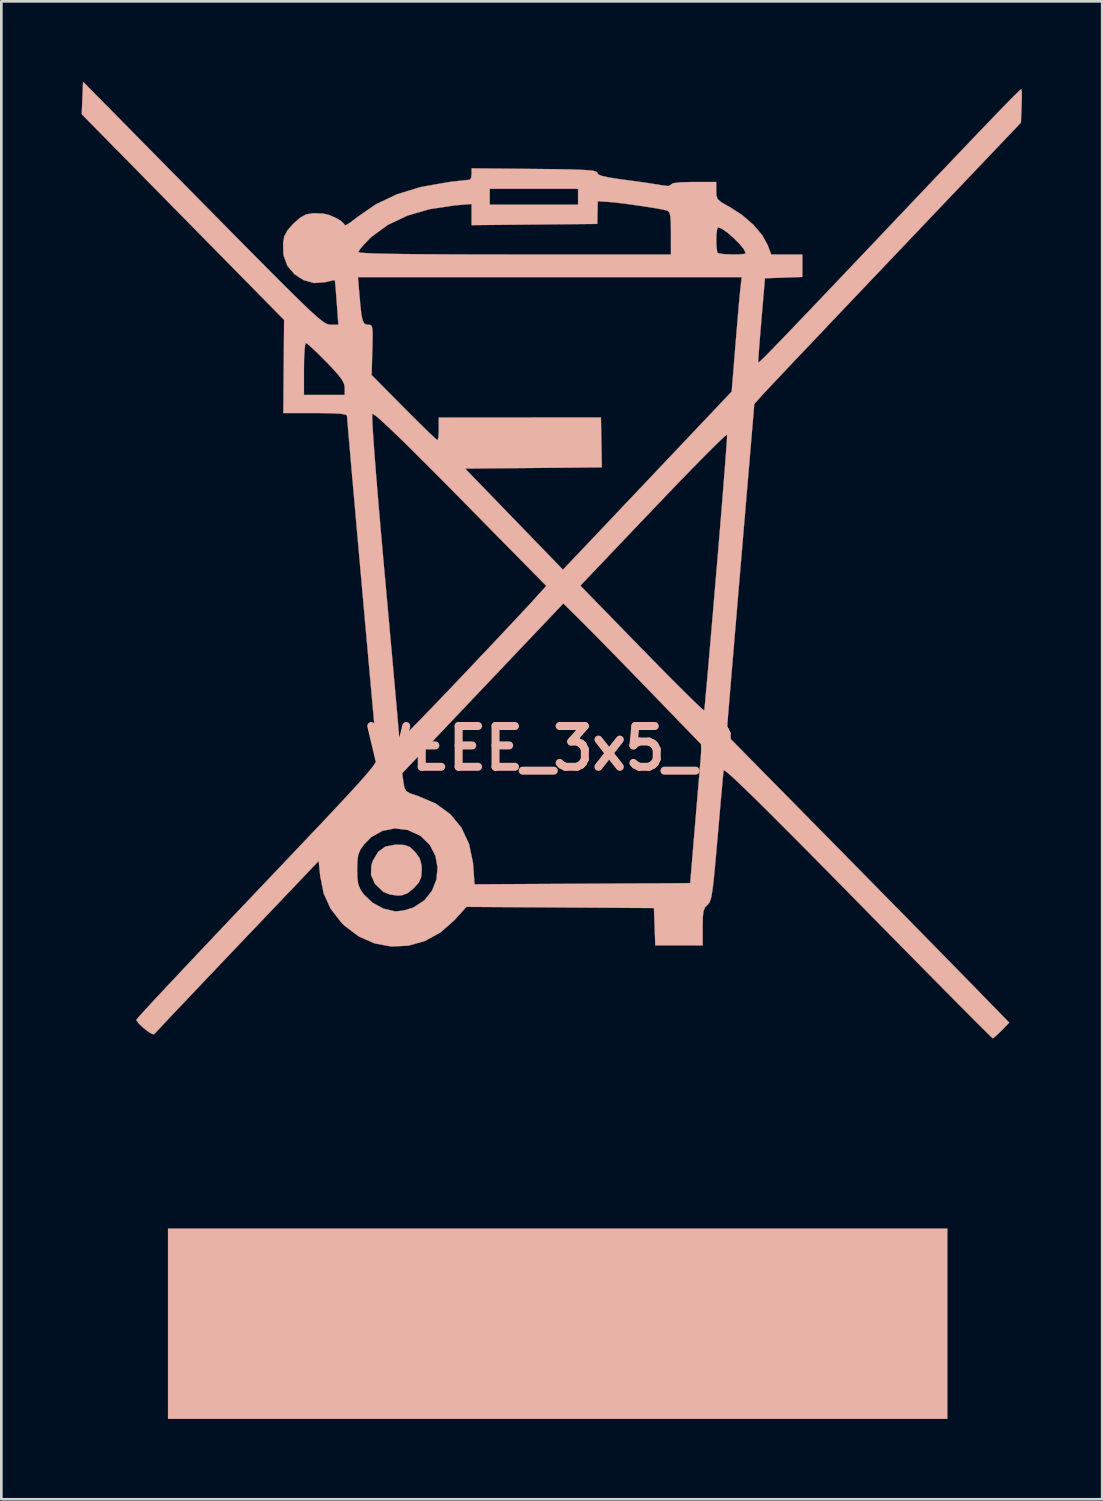
<source format=kicad_pcb>
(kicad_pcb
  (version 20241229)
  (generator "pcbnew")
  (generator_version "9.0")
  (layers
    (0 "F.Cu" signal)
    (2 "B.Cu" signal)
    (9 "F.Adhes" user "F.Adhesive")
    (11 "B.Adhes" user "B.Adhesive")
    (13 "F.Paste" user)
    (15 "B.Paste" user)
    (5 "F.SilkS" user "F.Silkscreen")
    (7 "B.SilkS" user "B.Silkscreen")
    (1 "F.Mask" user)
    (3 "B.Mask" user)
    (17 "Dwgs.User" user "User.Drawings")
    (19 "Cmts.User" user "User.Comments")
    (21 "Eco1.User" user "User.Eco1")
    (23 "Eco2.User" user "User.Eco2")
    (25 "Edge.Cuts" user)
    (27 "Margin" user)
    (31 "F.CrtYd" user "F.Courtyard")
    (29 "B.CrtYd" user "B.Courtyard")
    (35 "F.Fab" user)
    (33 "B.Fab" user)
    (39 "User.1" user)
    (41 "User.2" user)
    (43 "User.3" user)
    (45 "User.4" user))
  (footprint "WEEE_3x5_B"
    (layer "F.Cu")
    (at 17.539 24.919)
    (property "Reference" "WEEE_3x5_B" (at 0 0 0) (layer "B.SilkS") (effects (font (size 1.524 1.524) (thickness 0.3))))
    (attr through_hole)
    (fp_poly (pts (xy 14.817 25.061) (xy -14.309 25.061) (xy -14.309 17.949) (xy 14.817 17.949) (xy 14.817 25.061)) (stroke (width 0.01) (type solid)) (fill yes) (layer "B.SilkS"))
    (fp_poly (pts (xy -5.466 3.614) (xy -5.282 3.681) (xy -5.111 3.833) (xy -5.073 3.875) (xy -4.903 4.112) (xy -4.834 4.365) (xy -4.826 4.539) (xy -4.847 4.811) (xy -4.936 5.013) (xy -5.114 5.215) (xy -5.343 5.408) (xy -5.561 5.491) (xy -5.73 5.503) (xy -6.006 5.466) (xy -6.246 5.373) (xy -6.268 5.359) (xy -6.574 5.067) (xy -6.723 4.73) (xy -6.709 4.361) (xy -6.657 4.207) (xy -6.455 3.867) (xy -6.185 3.671) (xy -5.814 3.6) (xy -5.742 3.598) (xy -5.466 3.614)) (stroke (width 0.01) (type solid)) (fill yes) (layer "B.SilkS"))
    (fp_poly (pts (xy -13.008 -20.373) (xy -12.169 -19.523) (xy -11.441 -18.786) (xy -10.815 -18.154) (xy -10.282 -17.618) (xy -9.834 -17.172) (xy -9.463 -16.806) (xy -9.16 -16.513) (xy -8.917 -16.285) (xy -8.725 -16.114) (xy -8.576 -15.992) (xy -8.462 -15.911) (xy -8.374 -15.863) (xy -8.303 -15.839) (xy -8.242 -15.833) (xy -8.237 -15.833) (xy -7.943 -15.833) (xy -8.003 -16.658) (xy -8.03 -17.01) (xy -8.053 -17.291) (xy -8.07 -17.463) (xy -8.075 -17.499) (xy -8.156 -17.488) (xy -8.344 -17.444) (xy -8.437 -17.42) (xy -8.846 -17.39) (xy -9.241 -17.5) (xy -9.414 -17.611) (xy -7.211 -17.611) (xy -7.156 -16.954) (xy -7.115 -16.498) (xy -7.077 -16.185) (xy -7.032 -15.988) (xy -6.975 -15.881) (xy -6.897 -15.839) (xy -6.83 -15.833) (xy -6.75 -15.826) (xy -6.699 -15.785) (xy -6.671 -15.681) (xy -6.661 -15.485) (xy -6.666 -15.167) (xy -6.673 -14.892) (xy -6.7 -13.952) (xy -5.491 -12.733) (xy -5.124 -12.364) (xy -4.796 -12.04) (xy -4.528 -11.779) (xy -4.338 -11.599) (xy -4.243 -11.517) (xy -4.237 -11.515) (xy -4.211 -11.591) (xy -4.194 -11.786) (xy -4.191 -11.94) (xy -4.191 -12.365) (xy -1.16 -12.365) (xy 1.871 -12.366) (xy 1.888 -11.433) (xy 1.905 -10.501) (xy -0.65 -10.479) (xy -3.206 -10.456) (xy -1.378 -8.567) (xy 0.451 -6.677) (xy 0.678 -6.916) (xy 0.783 -7.027) (xy 0.992 -7.247) (xy 1.291 -7.562) (xy 1.666 -7.958) (xy 2.104 -8.42) (xy 2.592 -8.936) (xy 3.117 -9.49) (xy 3.431 -9.821) (xy 3.979 -10.4) (xy 4.505 -10.956) (xy 4.994 -11.472) (xy 5.433 -11.935) (xy 5.805 -12.329) (xy 6.098 -12.638) (xy 6.296 -12.848) (xy 6.357 -12.912) (xy 6.758 -13.335) (xy 6.894 -15.028) (xy 6.94 -15.579) (xy 6.984 -16.103) (xy 7.024 -16.564) (xy 7.057 -16.927) (xy 7.08 -17.159) (xy 7.081 -17.166) (xy 7.132 -17.611) (xy -7.211 -17.611) (xy -9.414 -17.611) (xy -9.587 -17.723) (xy -9.848 -18.035) (xy -9.987 -18.411) (xy -9.997 -18.5) (xy -9.999 -18.547) (xy -7.197 -18.547) (xy -7.131 -18.528) (xy -6.932 -18.511) (xy -6.594 -18.496) (xy -6.114 -18.484) (xy -5.486 -18.474) (xy -4.707 -18.467) (xy -3.772 -18.462) (xy -2.677 -18.458) (xy -1.417 -18.457) (xy -1.355 -18.457) (xy 4.487 -18.457) (xy 4.487 -18.973) (xy 6.182 -18.973) (xy 6.19 -18.738) (xy 6.215 -18.564) (xy 6.237 -18.514) (xy 6.341 -18.485) (xy 6.546 -18.466) (xy 6.798 -18.458) (xy 7.041 -18.462) (xy 7.22 -18.478) (xy 7.281 -18.503) (xy 7.219 -18.644) (xy 7.058 -18.845) (xy 6.839 -19.066) (xy 6.604 -19.27) (xy 6.392 -19.419) (xy 6.249 -19.473) (xy 6.212 -19.399) (xy 6.189 -19.213) (xy 6.182 -18.973) (xy 4.487 -18.973) (xy 4.487 -19.256) (xy 4.483 -19.636) (xy 4.467 -19.879) (xy 4.434 -20.017) (xy 4.377 -20.084) (xy 4.339 -20.1) (xy 4.156 -20.142) (xy 3.851 -20.196) (xy 3.47 -20.257) (xy 3.059 -20.316) (xy 2.664 -20.369) (xy 2.331 -20.407) (xy 2.167 -20.421) (xy 1.751 -20.447) (xy 1.743 -20.024) (xy 1.736 -19.6) (xy -2.963 -19.555) (xy -2.963 -20.345) (xy -3.605 -20.291) (xy -4.53 -20.153) (xy -5.364 -19.91) (xy -6.09 -19.566) (xy -6.689 -19.129) (xy -6.771 -19.052) (xy -6.983 -18.834) (xy -7.135 -18.654) (xy -7.197 -18.55) (xy -7.197 -18.547) (xy -9.999 -18.547) (xy -10.009 -18.87) (xy -9.966 -19.136) (xy -9.846 -19.36) (xy -9.629 -19.603) (xy -9.621 -19.611) (xy -9.373 -19.833) (xy -9.147 -19.956) (xy -8.879 -20) (xy -8.509 -19.987) (xy -8.293 -19.936) (xy -8.053 -19.834) (xy -7.843 -19.709) (xy -7.719 -19.591) (xy -7.705 -19.55) (xy -7.646 -19.56) (xy -7.489 -19.659) (xy -7.268 -19.827) (xy -7.234 -19.855) (xy -6.539 -20.334) (xy -5.756 -20.707) (xy -5.082 -20.913) (xy -2.286 -20.913) (xy -2.286 -20.32) (xy 1.016 -20.32) (xy 1.016 -20.913) (xy -2.286 -20.913) (xy -5.082 -20.913) (xy -4.865 -20.979) (xy -3.848 -21.159) (xy -3.812 -21.164) (xy -3.478 -21.204) (xy -3.21 -21.234) (xy -3.051 -21.25) (xy -3.029 -21.251) (xy -2.98 -21.324) (xy -2.963 -21.464) (xy -2.963 -21.677) (xy -0.614 -21.655) (xy 0.089 -21.647) (xy 0.64 -21.638) (xy 1.057 -21.626) (xy 1.356 -21.611) (xy 1.556 -21.591) (xy 1.674 -21.565) (xy 1.727 -21.533) (xy 1.736 -21.508) (xy 1.776 -21.448) (xy 1.913 -21.393) (xy 2.165 -21.338) (xy 2.556 -21.276) (xy 2.794 -21.244) (xy 3.232 -21.185) (xy 3.638 -21.126) (xy 3.966 -21.076) (xy 4.17 -21.041) (xy 4.402 -21.017) (xy 4.487 -21.065) (xy 4.487 -21.073) (xy 4.571 -21.123) (xy 4.824 -21.154) (xy 5.244 -21.166) (xy 5.334 -21.167) (xy 6.181 -21.167) (xy 6.181 -20.833) (xy 6.189 -20.65) (xy 6.239 -20.524) (xy 6.362 -20.414) (xy 6.593 -20.28) (xy 6.681 -20.233) (xy 7.15 -19.932) (xy 7.569 -19.568) (xy 7.9 -19.179) (xy 8.095 -18.824) (xy 8.236 -18.457) (xy 9.398 -18.457) (xy 9.398 -17.618) (xy 8.001 -17.568) (xy 7.867 -16.002) (xy 7.825 -15.507) (xy 7.791 -15.074) (xy 7.765 -14.729) (xy 7.75 -14.5) (xy 7.749 -14.413) (xy 7.773 -14.425) (xy 7.838 -14.483) (xy 7.952 -14.594) (xy 8.12 -14.763) (xy 8.35 -14.998) (xy 8.647 -15.305) (xy 9.018 -15.692) (xy 9.47 -16.165) (xy 10.01 -16.731) (xy 10.643 -17.397) (xy 11.377 -18.169) (xy 12.218 -19.055) (xy 12.615 -19.473) (xy 13.531 -20.439) (xy 14.337 -21.287) (xy 15.039 -22.025) (xy 15.641 -22.656) (xy 16.15 -23.189) (xy 16.572 -23.628) (xy 16.912 -23.979) (xy 17.175 -24.249) (xy 17.369 -24.443) (xy 17.498 -24.568) (xy 17.568 -24.629) (xy 17.583 -24.638) (xy 17.597 -24.56) (xy 17.601 -24.355) (xy 17.595 -24.064) (xy 17.593 -24.012) (xy 17.568 -23.386) (xy 12.908 -18.488) (xy 12.172 -17.714) (xy 11.464 -16.969) (xy 10.793 -16.263) (xy 10.169 -15.605) (xy 9.602 -15.007) (xy 9.1 -14.478) (xy 8.674 -14.027) (xy 8.334 -13.667) (xy 8.088 -13.405) (xy 7.946 -13.253) (xy 7.925 -13.231) (xy 7.603 -12.872) (xy 7.111 -7.05) (xy 7.027 -6.064) (xy 6.948 -5.12) (xy 6.873 -4.233) (xy 6.805 -3.417) (xy 6.743 -2.688) (xy 6.691 -2.06) (xy 6.648 -1.548) (xy 6.617 -1.167) (xy 6.598 -0.931) (xy 6.593 -0.866) (xy 6.568 -0.504) (xy 10.422 3.41) (xy 11.138 4.138) (xy 11.858 4.87) (xy 12.567 5.59) (xy 13.249 6.284) (xy 13.888 6.935) (xy 14.469 7.527) (xy 14.977 8.046) (xy 15.397 8.474) (xy 15.703 8.787) (xy 17.13 10.251) (xy 16.846 10.544) (xy 16.671 10.715) (xy 16.546 10.82) (xy 16.515 10.837) (xy 16.449 10.778) (xy 16.275 10.606) (xy 15.999 10.332) (xy 15.631 9.963) (xy 15.179 9.509) (xy 14.652 8.977) (xy 14.06 8.378) (xy 13.41 7.72) (xy 12.712 7.011) (xy 11.974 6.261) (xy 11.472 5.75) (xy 10.49 4.752) (xy 9.623 3.874) (xy 8.866 3.112) (xy 8.219 2.464) (xy 7.677 1.928) (xy 7.238 1.5) (xy 6.899 1.177) (xy 6.658 0.958) (xy 6.511 0.839) (xy 6.455 0.817) (xy 6.455 0.819) (xy 6.442 0.941) (xy 6.417 1.209) (xy 6.382 1.599) (xy 6.338 2.088) (xy 6.289 2.653) (xy 6.235 3.271) (xy 6.229 3.342) (xy 6.168 4.041) (xy 6.118 4.591) (xy 6.075 5.01) (xy 6.036 5.32) (xy 5.999 5.537) (xy 5.96 5.683) (xy 5.918 5.777) (xy 5.867 5.838) (xy 5.849 5.853) (xy 5.759 5.948) (xy 5.706 6.081) (xy 5.68 6.293) (xy 5.673 6.628) (xy 5.673 6.681) (xy 5.673 7.366) (xy 3.902 7.366) (xy 3.877 6.668) (xy 3.852 5.969) (xy -3.157 5.925) (xy -3.605 6.42) (xy -4.126 6.882) (xy -4.709 7.201) (xy -5.329 7.375) (xy -5.963 7.406) (xy -6.588 7.291) (xy -7.181 7.031) (xy -7.717 6.626) (xy -7.836 6.506) (xy -8.237 5.986) (xy -8.492 5.424) (xy -8.621 4.776) (xy -8.623 4.763) (xy -8.646 4.53) (xy -7.239 4.53) (xy -7.231 4.867) (xy -7.196 5.096) (xy -7.118 5.278) (xy -6.995 5.456) (xy -6.669 5.767) (xy -6.261 5.989) (xy -5.833 6.09) (xy -5.757 6.092) (xy -5.488 6.056) (xy -5.185 5.965) (xy -5.113 5.934) (xy -4.719 5.672) (xy -4.44 5.316) (xy -4.278 4.9) (xy -4.236 4.456) (xy -4.316 4.018) (xy -4.521 3.617) (xy -4.854 3.288) (xy -4.894 3.261) (xy -5.352 3.05) (xy -5.831 2.993) (xy -6.296 3.084) (xy -6.716 3.319) (xy -6.994 3.603) (xy -7.126 3.796) (xy -7.2 3.979) (xy -7.232 4.214) (xy -7.239 4.53) (xy -8.646 4.53) (xy -8.678 4.209) (xy -11.726 7.409) (xy -12.313 8.025) (xy -12.864 8.606) (xy -13.369 9.138) (xy -13.817 9.61) (xy -14.196 10.012) (xy -14.496 10.33) (xy -14.705 10.554) (xy -14.813 10.671) (xy -14.824 10.685) (xy -14.905 10.676) (xy -15.058 10.582) (xy -15.237 10.442) (xy -15.395 10.294) (xy -15.486 10.173) (xy -15.494 10.145) (xy -15.437 10.074) (xy -15.272 9.89) (xy -15.008 9.603) (xy -14.654 9.222) (xy -14.218 8.756) (xy -13.71 8.215) (xy -13.138 7.609) (xy -12.512 6.946) (xy -11.84 6.237) (xy -11.131 5.491) (xy -10.972 5.323) (xy -10.136 4.444) (xy -9.411 3.68) (xy -8.787 3.022) (xy -8.257 2.46) (xy -7.814 1.987) (xy -7.451 1.594) (xy -7.159 1.273) (xy -6.931 1.015) (xy -6.858 0.929) (xy -5.557 0.929) (xy -5.509 1.278) (xy -5.473 1.476) (xy -5.407 1.597) (xy -5.266 1.681) (xy -5.01 1.768) (xy -4.981 1.776) (xy -4.308 2.061) (xy -3.761 2.459) (xy -3.343 2.964) (xy -3.059 3.573) (xy -2.912 4.279) (xy -2.9 4.412) (xy -2.854 5.082) (xy 1.176 5.06) (xy 5.206 5.038) (xy 5.423 2.455) (xy 5.64 -0.127) (xy 3.715 -2.117) (xy 3.214 -2.634) (xy 2.718 -3.144) (xy 2.248 -3.625) (xy 1.825 -4.057) (xy 1.47 -4.418) (xy 1.203 -4.686) (xy 1.128 -4.761) (xy 0.465 -5.415) (xy -2.546 -2.243) (xy -5.557 0.929) (xy -6.858 0.929) (xy -6.759 0.811) (xy -6.636 0.655) (xy -6.555 0.536) (xy -6.508 0.446) (xy -6.486 0.377) (xy -6.484 0.321) (xy -6.486 0.306) (xy -6.498 0.183) (xy -6.525 -0.09) (xy -6.562 -0.498) (xy -6.611 -1.024) (xy -6.668 -1.652) (xy -6.732 -2.367) (xy -6.803 -3.151) (xy -6.878 -3.99) (xy -6.957 -4.865) (xy -7.037 -5.763) (xy -7.117 -6.665) (xy -7.196 -7.557) (xy -7.273 -8.422) (xy -7.345 -9.244) (xy -7.413 -10.006) (xy -7.473 -10.694) (xy -7.525 -11.289) (xy -7.567 -11.777) (xy -7.597 -12.141) (xy -7.616 -12.365) (xy -7.618 -12.399) (xy -6.679 -12.399) (xy -6.67 -12.14) (xy -6.646 -11.732) (xy -6.607 -11.187) (xy -6.556 -10.515) (xy -6.493 -9.725) (xy -6.417 -8.829) (xy -6.331 -7.836) (xy -6.235 -6.757) (xy -6.213 -6.519) (xy -6.124 -5.535) (xy -6.04 -4.599) (xy -5.961 -3.723) (xy -5.889 -2.923) (xy -5.826 -2.213) (xy -5.772 -1.605) (xy -5.729 -1.115) (xy -5.698 -0.756) (xy -5.68 -0.542) (xy -5.676 -0.487) (xy -5.643 -0.365) (xy -5.609 -0.347) (xy -5.539 -0.408) (xy -5.365 -0.579) (xy -5.101 -0.846) (xy -4.761 -1.196) (xy -4.357 -1.615) (xy -3.902 -2.089) (xy -3.41 -2.606) (xy -3.344 -2.676) (xy -2.825 -3.224) (xy -2.323 -3.755) (xy -1.855 -4.252) (xy -1.437 -4.697) (xy -1.087 -5.071) (xy -0.82 -5.358) (xy -0.658 -5.534) (xy -0.173 -6.071) (xy -0.182 -6.081) (xy 1.101 -6.081) (xy 3.407 -3.714) (xy 3.916 -3.194) (xy 4.387 -2.716) (xy 4.807 -2.295) (xy 5.164 -1.941) (xy 5.445 -1.668) (xy 5.637 -1.488) (xy 5.728 -1.415) (xy 5.733 -1.414) (xy 5.744 -1.509) (xy 5.767 -1.757) (xy 5.802 -2.144) (xy 5.848 -2.656) (xy 5.902 -3.276) (xy 5.964 -3.992) (xy 6.032 -4.787) (xy 6.105 -5.648) (xy 6.182 -6.555) (xy 6.259 -7.467) (xy 6.33 -8.329) (xy 6.395 -9.126) (xy 6.452 -9.844) (xy 6.501 -10.468) (xy 6.54 -10.983) (xy 6.568 -11.374) (xy 6.584 -11.626) (xy 6.586 -11.724) (xy 6.525 -11.684) (xy 6.359 -11.533) (xy 6.1 -11.281) (xy 5.759 -10.941) (xy 5.348 -10.524) (xy 4.878 -10.041) (xy 4.361 -9.504) (xy 3.832 -8.95) (xy 1.101 -6.081) (xy -0.182 -6.081) (xy -3.385 -9.334) (xy -4.187 -10.146) (xy -4.875 -10.836) (xy -5.449 -11.404) (xy -5.912 -11.853) (xy -6.264 -12.184) (xy -6.507 -12.398) (xy -6.643 -12.496) (xy -6.673 -12.501) (xy -6.679 -12.399) (xy -7.618 -12.399) (xy -7.62 -12.432) (xy -7.678 -12.475) (xy -7.86 -12.505) (xy -8.181 -12.523) (xy -8.653 -12.53) (xy -8.81 -12.531) (xy -10 -12.531) (xy -9.986 -14.182) (xy -9.229 -14.182) (xy -9.229 -13.208) (xy -7.705 -13.208) (xy -7.705 -13.472) (xy -7.726 -13.612) (xy -7.801 -13.768) (xy -7.951 -13.966) (xy -8.194 -14.235) (xy -8.397 -14.446) (xy -8.674 -14.724) (xy -8.911 -14.951) (xy -9.082 -15.103) (xy -9.159 -15.155) (xy -9.186 -15.076) (xy -9.209 -14.861) (xy -9.224 -14.544) (xy -9.229 -14.182) (xy -9.986 -14.182) (xy -9.971 -16.012) (xy -13.752 -19.855) (xy -17.534 -23.699) (xy -17.509 -24.306) (xy -17.484 -24.914) (xy -13.008 -20.373)) (stroke (width 0.01) (type solid)) (fill yes) (layer "B.SilkS")))
  (gr_rect
    (start -3 -3)
    (end 38.144 52.985)
    (stroke (width 0.1) (type default))
    (fill no)
    (layer "Edge.Cuts")))
</source>
